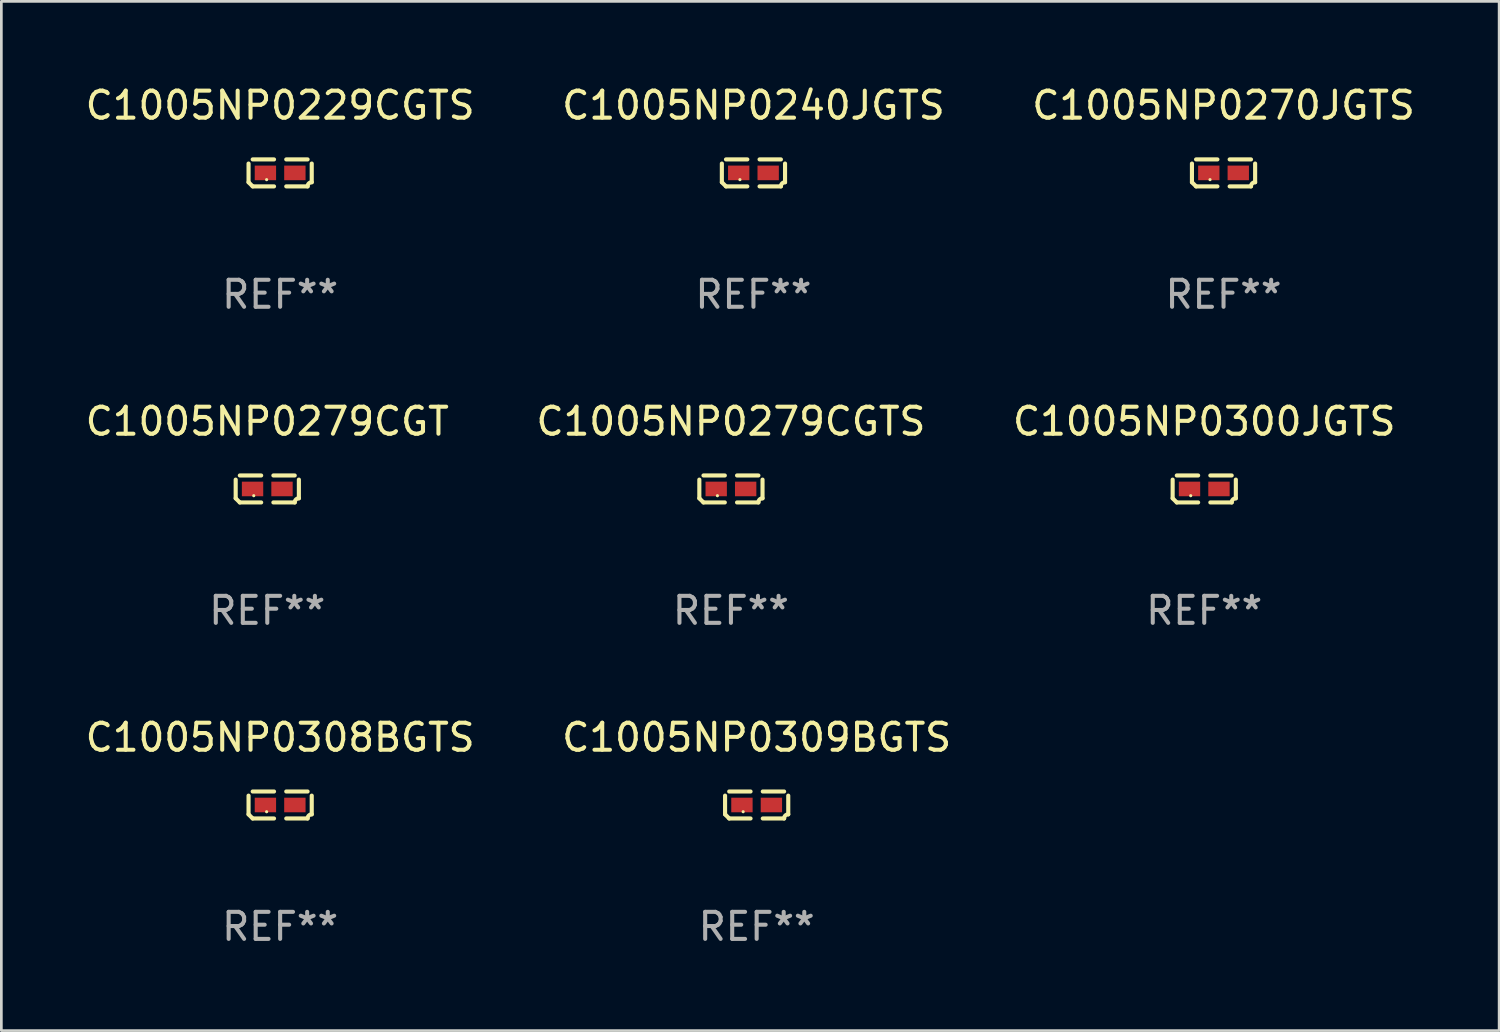
<source format=kicad_pcb>
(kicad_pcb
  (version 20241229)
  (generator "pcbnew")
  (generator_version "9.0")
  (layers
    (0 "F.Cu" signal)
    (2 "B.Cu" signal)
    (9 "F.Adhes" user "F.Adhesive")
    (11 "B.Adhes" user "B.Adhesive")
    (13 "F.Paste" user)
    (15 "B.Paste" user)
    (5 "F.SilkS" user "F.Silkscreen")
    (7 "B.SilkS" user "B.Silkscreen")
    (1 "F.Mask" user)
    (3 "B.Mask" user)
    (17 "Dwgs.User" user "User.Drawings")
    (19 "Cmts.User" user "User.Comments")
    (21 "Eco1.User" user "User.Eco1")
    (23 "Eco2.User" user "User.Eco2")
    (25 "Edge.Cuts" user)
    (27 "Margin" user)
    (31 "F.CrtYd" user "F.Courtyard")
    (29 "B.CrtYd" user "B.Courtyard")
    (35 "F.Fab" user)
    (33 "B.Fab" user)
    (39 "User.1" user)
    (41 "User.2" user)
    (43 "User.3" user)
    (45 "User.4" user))
  (footprint "C1005NP0229CGTS"
    (layer "F.Cu")
    (at 7.315 3.347)
    (property "Reference" "C1005NP0229CGTS" (at 0 -2.499 0) (layer "F.SilkS") (effects (font (size 1 1) (thickness 0.15))))
    (attr through_hole)
    (fp_line (start -1.169 0.346) (end -1.169 -0.346) (stroke (width 0.152) (type solid)) (layer "F.SilkS"))
    (fp_line (start -1.016 -0.499) (end -0.226 -0.499) (stroke (width 0.152) (type solid)) (layer "F.SilkS"))
    (fp_line (start -0.226 0.499) (end -1.016 0.499) (stroke (width 0.152) (type solid)) (layer "F.SilkS"))
    (fp_line (start 0.226 0.499) (end 1.016 0.499) (stroke (width 0.152) (type solid)) (layer "F.SilkS"))
    (fp_line (start 1.016 -0.499) (end 0.226 -0.499) (stroke (width 0.152) (type solid)) (layer "F.SilkS"))
    (fp_line (start 1.169 0.346) (end 1.169 -0.346) (stroke (width 0.152) (type solid)) (layer "F.SilkS"))
    (fp_arc (start -1.016307 0.498603) (mid -1.092512 0.422405) (end -1.16871 0.3462) (stroke (width 0.1524) (type solid)) (layer "F.SilkS"))
    (fp_arc (start 1.016307 0.498603) (mid 1.060899 0.390758) (end 1.168707 0.346076) (stroke (width 0.1524) (type solid)) (layer "F.SilkS"))
    (fp_circle (center -0.5 0.25) (end -0.47 0.25) (stroke (width 0.06) (type solid)) (fill no) (layer "F.SilkS"))
    (fp_text user "REF**" (at 0 4.499 0) (layer "F.Fab") (effects (font (size 1 1) (thickness 0.15))))
    (pad "1" smd rect (at -0.545 0) (size 0.79 0.54) (layers "F.Cu" "F.Mask" "F.Paste"))
    (pad "2" smd rect (at 0.545 0) (size 0.79 0.54) (layers "F.Cu" "F.Mask" "F.Paste")))
  (footprint "C1005NP0309BGTS"
    (layer "F.Cu")
    (at 24.946 26.734)
    (property "Reference" "C1005NP0309BGTS" (at 0 -2.499 0) (layer "F.SilkS") (effects (font (size 1 1) (thickness 0.15))))
    (attr through_hole)
    (fp_line (start -1.169 0.346) (end -1.169 -0.346) (stroke (width 0.152) (type solid)) (layer "F.SilkS"))
    (fp_line (start -1.016 -0.499) (end -0.226 -0.499) (stroke (width 0.152) (type solid)) (layer "F.SilkS"))
    (fp_line (start -0.226 0.499) (end -1.016 0.499) (stroke (width 0.152) (type solid)) (layer "F.SilkS"))
    (fp_line (start 0.226 0.499) (end 1.016 0.499) (stroke (width 0.152) (type solid)) (layer "F.SilkS"))
    (fp_line (start 1.016 -0.499) (end 0.226 -0.499) (stroke (width 0.152) (type solid)) (layer "F.SilkS"))
    (fp_line (start 1.169 0.346) (end 1.169 -0.346) (stroke (width 0.152) (type solid)) (layer "F.SilkS"))
    (fp_arc (start -1.016307 0.498603) (mid -1.092512 0.422405) (end -1.16871 0.3462) (stroke (width 0.1524) (type solid)) (layer "F.SilkS"))
    (fp_arc (start 1.016307 0.498603) (mid 1.060899 0.390758) (end 1.168707 0.346076) (stroke (width 0.1524) (type solid)) (layer "F.SilkS"))
    (fp_circle (center -0.5 0.25) (end -0.47 0.25) (stroke (width 0.06) (type solid)) (fill no) (layer "F.SilkS"))
    (fp_text user "REF**" (at 0 4.499 0) (layer "F.Fab") (effects (font (size 1 1) (thickness 0.15))))
    (pad "1" smd rect (at -0.545 0) (size 0.79 0.54) (layers "F.Cu" "F.Mask" "F.Paste"))
    (pad "2" smd rect (at 0.545 0) (size 0.79 0.54) (layers "F.Cu" "F.Mask" "F.Paste")))
  (footprint "C1005NP0308BGTS"
    (layer "F.Cu")
    (at 7.315 26.734)
    (property "Reference" "C1005NP0308BGTS" (at 0 -2.499 0) (layer "F.SilkS") (effects (font (size 1 1) (thickness 0.15))))
    (attr through_hole)
    (fp_line (start -1.169 0.346) (end -1.169 -0.346) (stroke (width 0.152) (type solid)) (layer "F.SilkS"))
    (fp_line (start -1.016 -0.499) (end -0.226 -0.499) (stroke (width 0.152) (type solid)) (layer "F.SilkS"))
    (fp_line (start -0.226 0.499) (end -1.016 0.499) (stroke (width 0.152) (type solid)) (layer "F.SilkS"))
    (fp_line (start 0.226 0.499) (end 1.016 0.499) (stroke (width 0.152) (type solid)) (layer "F.SilkS"))
    (fp_line (start 1.016 -0.499) (end 0.226 -0.499) (stroke (width 0.152) (type solid)) (layer "F.SilkS"))
    (fp_line (start 1.169 0.346) (end 1.169 -0.346) (stroke (width 0.152) (type solid)) (layer "F.SilkS"))
    (fp_arc (start -1.016307 0.498603) (mid -1.092512 0.422405) (end -1.16871 0.3462) (stroke (width 0.1524) (type solid)) (layer "F.SilkS"))
    (fp_arc (start 1.016307 0.498603) (mid 1.060899 0.390758) (end 1.168707 0.346076) (stroke (width 0.1524) (type solid)) (layer "F.SilkS"))
    (fp_circle (center -0.5 0.25) (end -0.47 0.25) (stroke (width 0.06) (type solid)) (fill no) (layer "F.SilkS"))
    (fp_text user "REF**" (at 0 4.499 0) (layer "F.Fab") (effects (font (size 1 1) (thickness 0.15))))
    (pad "1" smd rect (at -0.545 0) (size 0.79 0.54) (layers "F.Cu" "F.Mask" "F.Paste"))
    (pad "2" smd rect (at 0.545 0) (size 0.79 0.54) (layers "F.Cu" "F.Mask" "F.Paste")))
  (footprint "C1005NP0240JGTS"
    (layer "F.Cu")
    (at 24.827 3.347)
    (property "Reference" "C1005NP0240JGTS" (at 0 -2.499 0) (layer "F.SilkS") (effects (font (size 1 1) (thickness 0.15))))
    (attr through_hole)
    (fp_line (start -1.169 0.346) (end -1.169 -0.346) (stroke (width 0.152) (type solid)) (layer "F.SilkS"))
    (fp_line (start -1.016 -0.499) (end -0.226 -0.499) (stroke (width 0.152) (type solid)) (layer "F.SilkS"))
    (fp_line (start -0.226 0.499) (end -1.016 0.499) (stroke (width 0.152) (type solid)) (layer "F.SilkS"))
    (fp_line (start 0.226 0.499) (end 1.016 0.499) (stroke (width 0.152) (type solid)) (layer "F.SilkS"))
    (fp_line (start 1.016 -0.499) (end 0.226 -0.499) (stroke (width 0.152) (type solid)) (layer "F.SilkS"))
    (fp_line (start 1.169 0.346) (end 1.169 -0.346) (stroke (width 0.152) (type solid)) (layer "F.SilkS"))
    (fp_arc (start -1.016307 0.498603) (mid -1.092512 0.422405) (end -1.16871 0.3462) (stroke (width 0.1524) (type solid)) (layer "F.SilkS"))
    (fp_arc (start 1.016307 0.498603) (mid 1.060899 0.390758) (end 1.168707 0.346076) (stroke (width 0.1524) (type solid)) (layer "F.SilkS"))
    (fp_circle (center -0.5 0.25) (end -0.47 0.25) (stroke (width 0.06) (type solid)) (fill no) (layer "F.SilkS"))
    (fp_text user "REF**" (at 0 4.499 0) (layer "F.Fab") (effects (font (size 1 1) (thickness 0.15))))
    (pad "1" smd rect (at -0.545 0) (size 0.79 0.54) (layers "F.Cu" "F.Mask" "F.Paste"))
    (pad "2" smd rect (at 0.545 0) (size 0.79 0.54) (layers "F.Cu" "F.Mask" "F.Paste")))
  (footprint "C1005NP0279CGT"
    (layer "F.Cu")
    (at 6.839 15.041)
    (property "Reference" "C1005NP0279CGT" (at 0 -2.499 0) (layer "F.SilkS") (effects (font (size 1 1) (thickness 0.15))))
    (attr through_hole)
    (fp_line (start -1.169 0.346) (end -1.169 -0.346) (stroke (width 0.152) (type solid)) (layer "F.SilkS"))
    (fp_line (start -1.016 -0.499) (end -0.226 -0.499) (stroke (width 0.152) (type solid)) (layer "F.SilkS"))
    (fp_line (start -0.226 0.499) (end -1.016 0.499) (stroke (width 0.152) (type solid)) (layer "F.SilkS"))
    (fp_line (start 0.226 0.499) (end 1.016 0.499) (stroke (width 0.152) (type solid)) (layer "F.SilkS"))
    (fp_line (start 1.016 -0.499) (end 0.226 -0.499) (stroke (width 0.152) (type solid)) (layer "F.SilkS"))
    (fp_line (start 1.169 0.346) (end 1.169 -0.346) (stroke (width 0.152) (type solid)) (layer "F.SilkS"))
    (fp_arc (start -1.016307 0.498603) (mid -1.092512 0.422405) (end -1.16871 0.3462) (stroke (width 0.1524) (type solid)) (layer "F.SilkS"))
    (fp_arc (start 1.016307 0.498603) (mid 1.060899 0.390758) (end 1.168707 0.346076) (stroke (width 0.1524) (type solid)) (layer "F.SilkS"))
    (fp_circle (center -0.5 0.25) (end -0.47 0.25) (stroke (width 0.06) (type solid)) (fill no) (layer "F.SilkS"))
    (fp_text user "REF**" (at 0 4.499 0) (layer "F.Fab") (effects (font (size 1 1) (thickness 0.15))))
    (pad "1" smd rect (at -0.545 0) (size 0.79 0.54) (layers "F.Cu" "F.Mask" "F.Paste"))
    (pad "2" smd rect (at 0.545 0) (size 0.79 0.54) (layers "F.Cu" "F.Mask" "F.Paste")))
  (footprint "C1005NP0279CGTS"
    (layer "F.Cu")
    (at 23.994 15.041)
    (property "Reference" "C1005NP0279CGTS" (at 0 -2.499 0) (layer "F.SilkS") (effects (font (size 1 1) (thickness 0.15))))
    (attr through_hole)
    (fp_line (start -1.169 0.346) (end -1.169 -0.346) (stroke (width 0.152) (type solid)) (layer "F.SilkS"))
    (fp_line (start -1.016 -0.499) (end -0.226 -0.499) (stroke (width 0.152) (type solid)) (layer "F.SilkS"))
    (fp_line (start -0.226 0.499) (end -1.016 0.499) (stroke (width 0.152) (type solid)) (layer "F.SilkS"))
    (fp_line (start 0.226 0.499) (end 1.016 0.499) (stroke (width 0.152) (type solid)) (layer "F.SilkS"))
    (fp_line (start 1.016 -0.499) (end 0.226 -0.499) (stroke (width 0.152) (type solid)) (layer "F.SilkS"))
    (fp_line (start 1.169 0.346) (end 1.169 -0.346) (stroke (width 0.152) (type solid)) (layer "F.SilkS"))
    (fp_arc (start -1.016307 0.498603) (mid -1.092512 0.422405) (end -1.16871 0.3462) (stroke (width 0.1524) (type solid)) (layer "F.SilkS"))
    (fp_arc (start 1.016307 0.498603) (mid 1.060899 0.390758) (end 1.168707 0.346076) (stroke (width 0.1524) (type solid)) (layer "F.SilkS"))
    (fp_circle (center -0.5 0.25) (end -0.47 0.25) (stroke (width 0.06) (type solid)) (fill no) (layer "F.SilkS"))
    (fp_text user "REF**" (at 0 4.499 0) (layer "F.Fab") (effects (font (size 1 1) (thickness 0.15))))
    (pad "1" smd rect (at -0.545 0) (size 0.79 0.54) (layers "F.Cu" "F.Mask" "F.Paste"))
    (pad "2" smd rect (at 0.545 0) (size 0.79 0.54) (layers "F.Cu" "F.Mask" "F.Paste")))
  (footprint "C1005NP0270JGTS"
    (layer "F.Cu")
    (at 42.22 3.347)
    (property "Reference" "C1005NP0270JGTS" (at 0 -2.499 0) (layer "F.SilkS") (effects (font (size 1 1) (thickness 0.15))))
    (attr through_hole)
    (fp_line (start -1.169 0.346) (end -1.169 -0.346) (stroke (width 0.152) (type solid)) (layer "F.SilkS"))
    (fp_line (start -1.016 -0.499) (end -0.226 -0.499) (stroke (width 0.152) (type solid)) (layer "F.SilkS"))
    (fp_line (start -0.226 0.499) (end -1.016 0.499) (stroke (width 0.152) (type solid)) (layer "F.SilkS"))
    (fp_line (start 0.226 0.499) (end 1.016 0.499) (stroke (width 0.152) (type solid)) (layer "F.SilkS"))
    (fp_line (start 1.016 -0.499) (end 0.226 -0.499) (stroke (width 0.152) (type solid)) (layer "F.SilkS"))
    (fp_line (start 1.169 0.346) (end 1.169 -0.346) (stroke (width 0.152) (type solid)) (layer "F.SilkS"))
    (fp_arc (start -1.016307 0.498603) (mid -1.092512 0.422405) (end -1.16871 0.3462) (stroke (width 0.1524) (type solid)) (layer "F.SilkS"))
    (fp_arc (start 1.016307 0.498603) (mid 1.060899 0.390758) (end 1.168707 0.346076) (stroke (width 0.1524) (type solid)) (layer "F.SilkS"))
    (fp_circle (center -0.5 0.25) (end -0.47 0.25) (stroke (width 0.06) (type solid)) (fill no) (layer "F.SilkS"))
    (fp_text user "REF**" (at 0 4.499 0) (layer "F.Fab") (effects (font (size 1 1) (thickness 0.15))))
    (pad "1" smd rect (at -0.545 0) (size 0.79 0.54) (layers "F.Cu" "F.Mask" "F.Paste"))
    (pad "2" smd rect (at 0.545 0) (size 0.79 0.54) (layers "F.Cu" "F.Mask" "F.Paste")))
  (footprint "C1005NP0300JGTS"
    (layer "F.Cu")
    (at 41.506 15.041)
    (property "Reference" "C1005NP0300JGTS" (at 0 -2.499 0) (layer "F.SilkS") (effects (font (size 1 1) (thickness 0.15))))
    (attr through_hole)
    (fp_line (start -1.169 0.346) (end -1.169 -0.346) (stroke (width 0.152) (type solid)) (layer "F.SilkS"))
    (fp_line (start -1.016 -0.499) (end -0.226 -0.499) (stroke (width 0.152) (type solid)) (layer "F.SilkS"))
    (fp_line (start -0.226 0.499) (end -1.016 0.499) (stroke (width 0.152) (type solid)) (layer "F.SilkS"))
    (fp_line (start 0.226 0.499) (end 1.016 0.499) (stroke (width 0.152) (type solid)) (layer "F.SilkS"))
    (fp_line (start 1.016 -0.499) (end 0.226 -0.499) (stroke (width 0.152) (type solid)) (layer "F.SilkS"))
    (fp_line (start 1.169 0.346) (end 1.169 -0.346) (stroke (width 0.152) (type solid)) (layer "F.SilkS"))
    (fp_arc (start -1.016307 0.498603) (mid -1.092512 0.422405) (end -1.16871 0.3462) (stroke (width 0.1524) (type solid)) (layer "F.SilkS"))
    (fp_arc (start 1.016307 0.498603) (mid 1.060899 0.390758) (end 1.168707 0.346076) (stroke (width 0.1524) (type solid)) (layer "F.SilkS"))
    (fp_circle (center -0.5 0.25) (end -0.47 0.25) (stroke (width 0.06) (type solid)) (fill no) (layer "F.SilkS"))
    (fp_text user "REF**" (at 0 4.499 0) (layer "F.Fab") (effects (font (size 1 1) (thickness 0.15))))
    (pad "1" smd rect (at -0.545 0) (size 0.79 0.54) (layers "F.Cu" "F.Mask" "F.Paste"))
    (pad "2" smd rect (at 0.545 0) (size 0.79 0.54) (layers "F.Cu" "F.Mask" "F.Paste")))
  (gr_rect
    (start -3 -3)
    (end 52.417 35.081)
    (stroke (width 0.1) (type default))
    (fill no)
    (layer "Edge.Cuts")))
</source>
